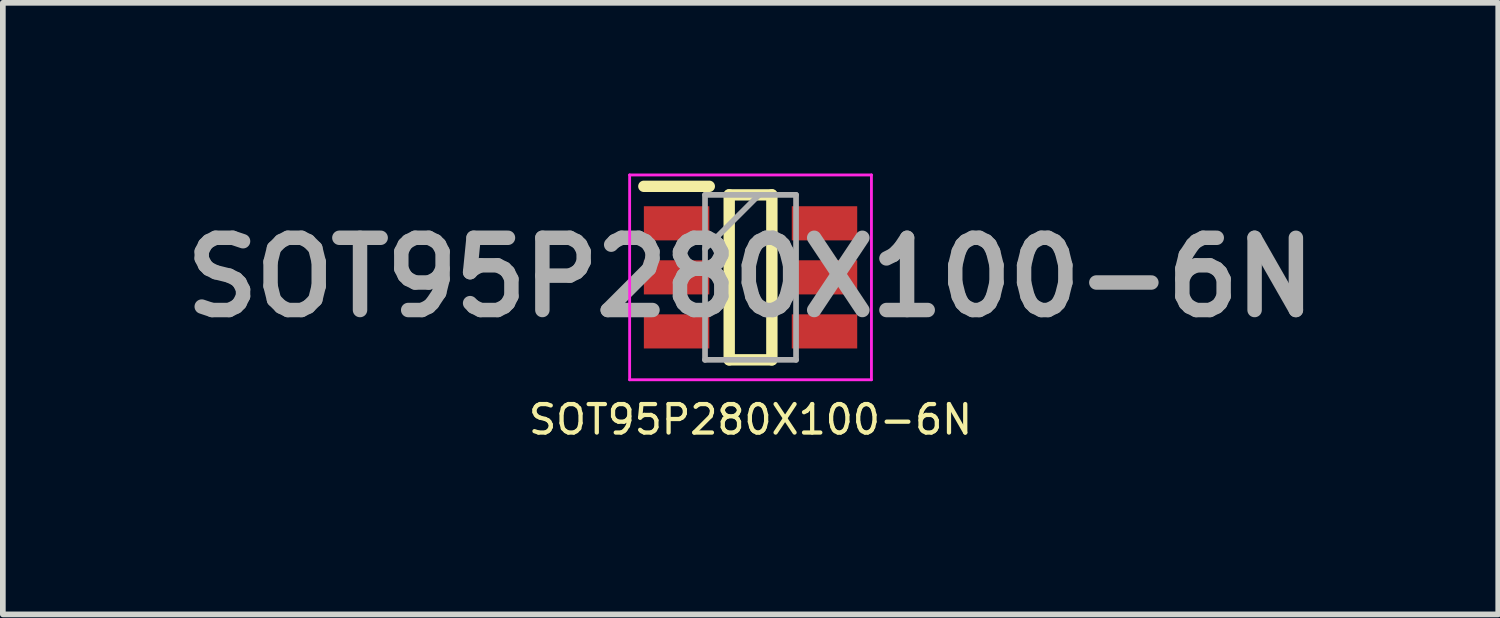
<source format=kicad_pcb>
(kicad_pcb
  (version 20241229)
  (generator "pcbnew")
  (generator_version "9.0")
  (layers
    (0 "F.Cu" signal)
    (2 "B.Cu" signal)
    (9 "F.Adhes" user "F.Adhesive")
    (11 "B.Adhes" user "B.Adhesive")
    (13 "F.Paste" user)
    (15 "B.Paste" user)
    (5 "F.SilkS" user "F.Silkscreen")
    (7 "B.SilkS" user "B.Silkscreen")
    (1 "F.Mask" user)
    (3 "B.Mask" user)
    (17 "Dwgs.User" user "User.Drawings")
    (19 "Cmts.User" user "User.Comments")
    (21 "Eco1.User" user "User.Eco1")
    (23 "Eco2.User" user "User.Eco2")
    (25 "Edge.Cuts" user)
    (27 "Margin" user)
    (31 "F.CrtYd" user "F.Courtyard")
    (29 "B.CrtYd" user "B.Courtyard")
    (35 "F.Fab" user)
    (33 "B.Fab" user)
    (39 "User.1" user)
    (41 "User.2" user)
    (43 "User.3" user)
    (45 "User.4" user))
  (footprint "SOT95P280X100-6N"
    (layer "F.Cu")
    (at 10.142 1.825)
    (property "Reference" "SOT95P280X100-6N" (at 0 2.5 0) (layer "F.SilkS") (effects (font (size 0.5 0.5) (thickness 0.075))))
    (attr smd)
    (fp_line (start -1.875 -1.6) (end -0.725 -1.6) (stroke (width 0.2) (type solid)) (layer "F.SilkS"))
    (fp_line (start -0.375 -1.45) (end 0.375 -1.45) (stroke (width 0.2) (type solid)) (layer "F.SilkS"))
    (fp_line (start -0.375 1.45) (end -0.375 -1.45) (stroke (width 0.2) (type solid)) (layer "F.SilkS"))
    (fp_line (start 0.375 -1.45) (end 0.375 1.45) (stroke (width 0.2) (type solid)) (layer "F.SilkS"))
    (fp_line (start 0.375 1.45) (end -0.375 1.45) (stroke (width 0.2) (type solid)) (layer "F.SilkS"))
    (fp_line (start -2.125 -1.8) (end 2.125 -1.8) (stroke (width 0.05) (type solid)) (layer "F.CrtYd"))
    (fp_line (start -2.125 1.8) (end -2.125 -1.8) (stroke (width 0.05) (type solid)) (layer "F.CrtYd"))
    (fp_line (start 2.125 -1.8) (end 2.125 1.8) (stroke (width 0.05) (type solid)) (layer "F.CrtYd"))
    (fp_line (start 2.125 1.8) (end -2.125 1.8) (stroke (width 0.05) (type solid)) (layer "F.CrtYd"))
    (fp_line (start -0.8 -1.45) (end 0.8 -1.45) (stroke (width 0.1) (type solid)) (layer "F.Fab"))
    (fp_line (start -0.8 -0.5) (end 0.15 -1.45) (stroke (width 0.1) (type solid)) (layer "F.Fab"))
    (fp_line (start -0.8 1.45) (end -0.8 -1.45) (stroke (width 0.1) (type solid)) (layer "F.Fab"))
    (fp_line (start 0.8 -1.45) (end 0.8 1.45) (stroke (width 0.1) (type solid)) (layer "F.Fab"))
    (fp_line (start 0.8 1.45) (end -0.8 1.45) (stroke (width 0.1) (type solid)) (layer "F.Fab"))
    (fp_text user "${REFERENCE}" (at 0 0 0) (layer "F.Fab") (effects (font (size 1.27 1.27) (thickness 0.254))))
    (pad "1" smd rect (at -1.3 -0.95 90) (size 0.6 1.15) (layers "F.Cu" "F.Mask" "F.Paste"))
    (pad "2" smd rect (at -1.3 0 90) (size 0.6 1.15) (layers "F.Cu" "F.Mask" "F.Paste"))
    (pad "3" smd rect (at -1.3 0.95 90) (size 0.6 1.15) (layers "F.Cu" "F.Mask" "F.Paste"))
    (pad "4" smd rect (at 1.3 0.95 90) (size 0.6 1.15) (layers "F.Cu" "F.Mask" "F.Paste"))
    (pad "5" smd rect (at 1.3 0 90) (size 0.6 1.15) (layers "F.Cu" "F.Mask" "F.Paste"))
    (pad "6" smd rect (at 1.3 -0.95 90) (size 0.6 1.15) (layers "F.Cu" "F.Mask" "F.Paste")))
  (gr_rect
    (start -3 -3)
    (end 23.284 7.749)
    (stroke (width 0.1) (type default))
    (fill no)
    (layer "Edge.Cuts")))
</source>
